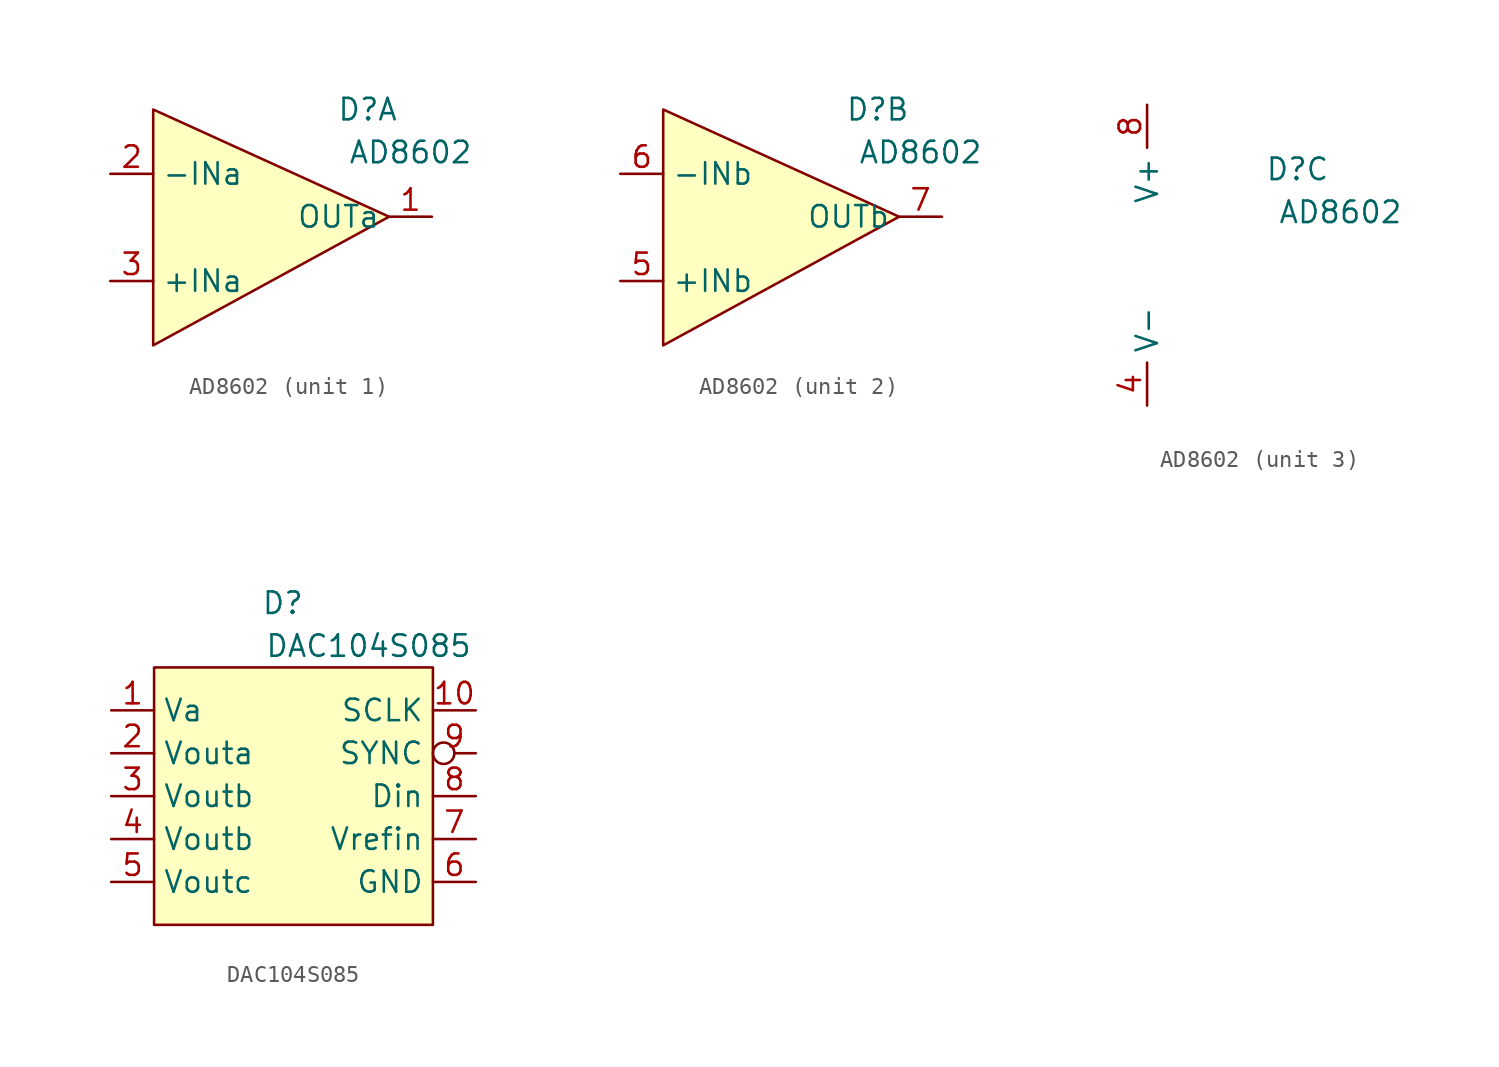
<source format=kicad_sym>
(kicad_symbol_lib
  (version 20211014)
  (generator kicad_symbol_editor)
  (symbol "AD8602"
    (property "Reference" "D"
      (at 12.7 13.97 0)
      (effects (font (size 1.27 1.27))))
    (property "Value" "AD8602"
      (at 15.24 11.43 0)
      (effects (font (size 1.27 1.27))))
    (property "ki_locked" ""
      (at 0 0 0)
      (effects (font (size 1.27 1.27))))
    (symbol "AD8602_1_1"
      (polyline (pts (xy 0 0) (xy 0 13.97) (xy 13.97 7.62) (xy 0 0)) (stroke (width 0) (type default) (color 0 0 0 0)) (fill (type background)))
      (pin output line (at 16.51 7.62 180) (length 2.54) (name "OUTa" (effects (font (size 1.27 1.27)))) (number "1" (effects (font (size 1.27 1.27)))))
      (pin input line (at -2.54 10.16 0) (length 2.54) (name "-INa" (effects (font (size 1.27 1.27)))) (number "2" (effects (font (size 1.27 1.27)))))
      (pin input line (at -2.54 3.81 0) (length 2.54) (name "+INa" (effects (font (size 1.27 1.27)))) (number "3" (effects (font (size 1.27 1.27))))))
    (symbol "AD8602_2_1"
      (polyline (pts (xy 0 0) (xy 0 13.97) (xy 13.97 7.62) (xy 0 0)) (stroke (width 0) (type default) (color 0 0 0 0)) (fill (type background)))
      (pin input line (at -2.54 3.81 0) (length 2.54) (name "+INb" (effects (font (size 1.27 1.27)))) (number "5" (effects (font (size 1.27 1.27)))))
      (pin input line (at -2.54 10.16 0) (length 2.54) (name "-INb" (effects (font (size 1.27 1.27)))) (number "6" (effects (font (size 1.27 1.27)))))
      (pin output line (at 16.51 7.62 180) (length 2.54) (name "OUTb" (effects (font (size 1.27 1.27)))) (number "7" (effects (font (size 1.27 1.27))))))
    (symbol "AD8602_3_1"
      (pin power_in line (at 3.81 0 90) (length 2.54) (name "V-" (effects (font (size 1.27 1.27)))) (number "4" (effects (font (size 1.27 1.27)))))
      (pin power_in line (at 3.81 17.78 270) (length 2.54) (name "V+" (effects (font (size 1.27 1.27)))) (number "8" (effects (font (size 1.27 1.27)))))))
  (symbol "DAC104S085"
    (property "Reference" "D"
      (at 7.62 19.05 0)
      (effects (font (size 1.27 1.27))))
    (property "Value" "DAC104S085"
      (at 12.7 16.51 0)
      (effects (font (size 1.27 1.27))))
    (symbol "DAC104S085_0_1"
      (rectangle (start 0 15.24) (end 16.51 0) (stroke (width 0) (type default) (color 0 0 0 0)) (fill (type background))))
    (symbol "DAC104S085_1_1"
      (pin power_in line (at -2.54 12.7 0) (length 2.54) (name "Va" (effects (font (size 1.27 1.27)))) (number "1" (effects (font (size 1.27 1.27)))))
      (pin input line (at 19.05 12.7 180) (length 2.54) (name "SCLK" (effects (font (size 1.27 1.27)))) (number "10" (effects (font (size 1.27 1.27)))))
      (pin output line (at -2.54 10.16 0) (length 2.54) (name "Vouta" (effects (font (size 1.27 1.27)))) (number "2" (effects (font (size 1.27 1.27)))))
      (pin output line (at -2.54 7.62 0) (length 2.54) (name "Voutb" (effects (font (size 1.27 1.27)))) (number "3" (effects (font (size 1.27 1.27)))))
      (pin output line (at -2.54 5.08 0) (length 2.54) (name "Voutb" (effects (font (size 1.27 1.27)))) (number "4" (effects (font (size 1.27 1.27)))))
      (pin output line (at -2.54 2.54 0) (length 2.54) (name "Voutc" (effects (font (size 1.27 1.27)))) (number "5" (effects (font (size 1.27 1.27)))))
      (pin power_out line (at 19.05 2.54 180) (length 2.54) (name "GND" (effects (font (size 1.27 1.27)))) (number "6" (effects (font (size 1.27 1.27)))))
      (pin input line (at 19.05 5.08 180) (length 2.54) (name "Vrefin" (effects (font (size 1.27 1.27)))) (number "7" (effects (font (size 1.27 1.27)))))
      (pin input line (at 19.05 7.62 180) (length 2.54) (name "Din" (effects (font (size 1.27 1.27)))) (number "8" (effects (font (size 1.27 1.27)))))
      (pin input inverted (at 19.05 10.16 180) (length 2.54) (name "SYNC" (effects (font (size 1.27 1.27)))) (number "9" (effects (font (size 1.27 1.27))))))))
</source>
